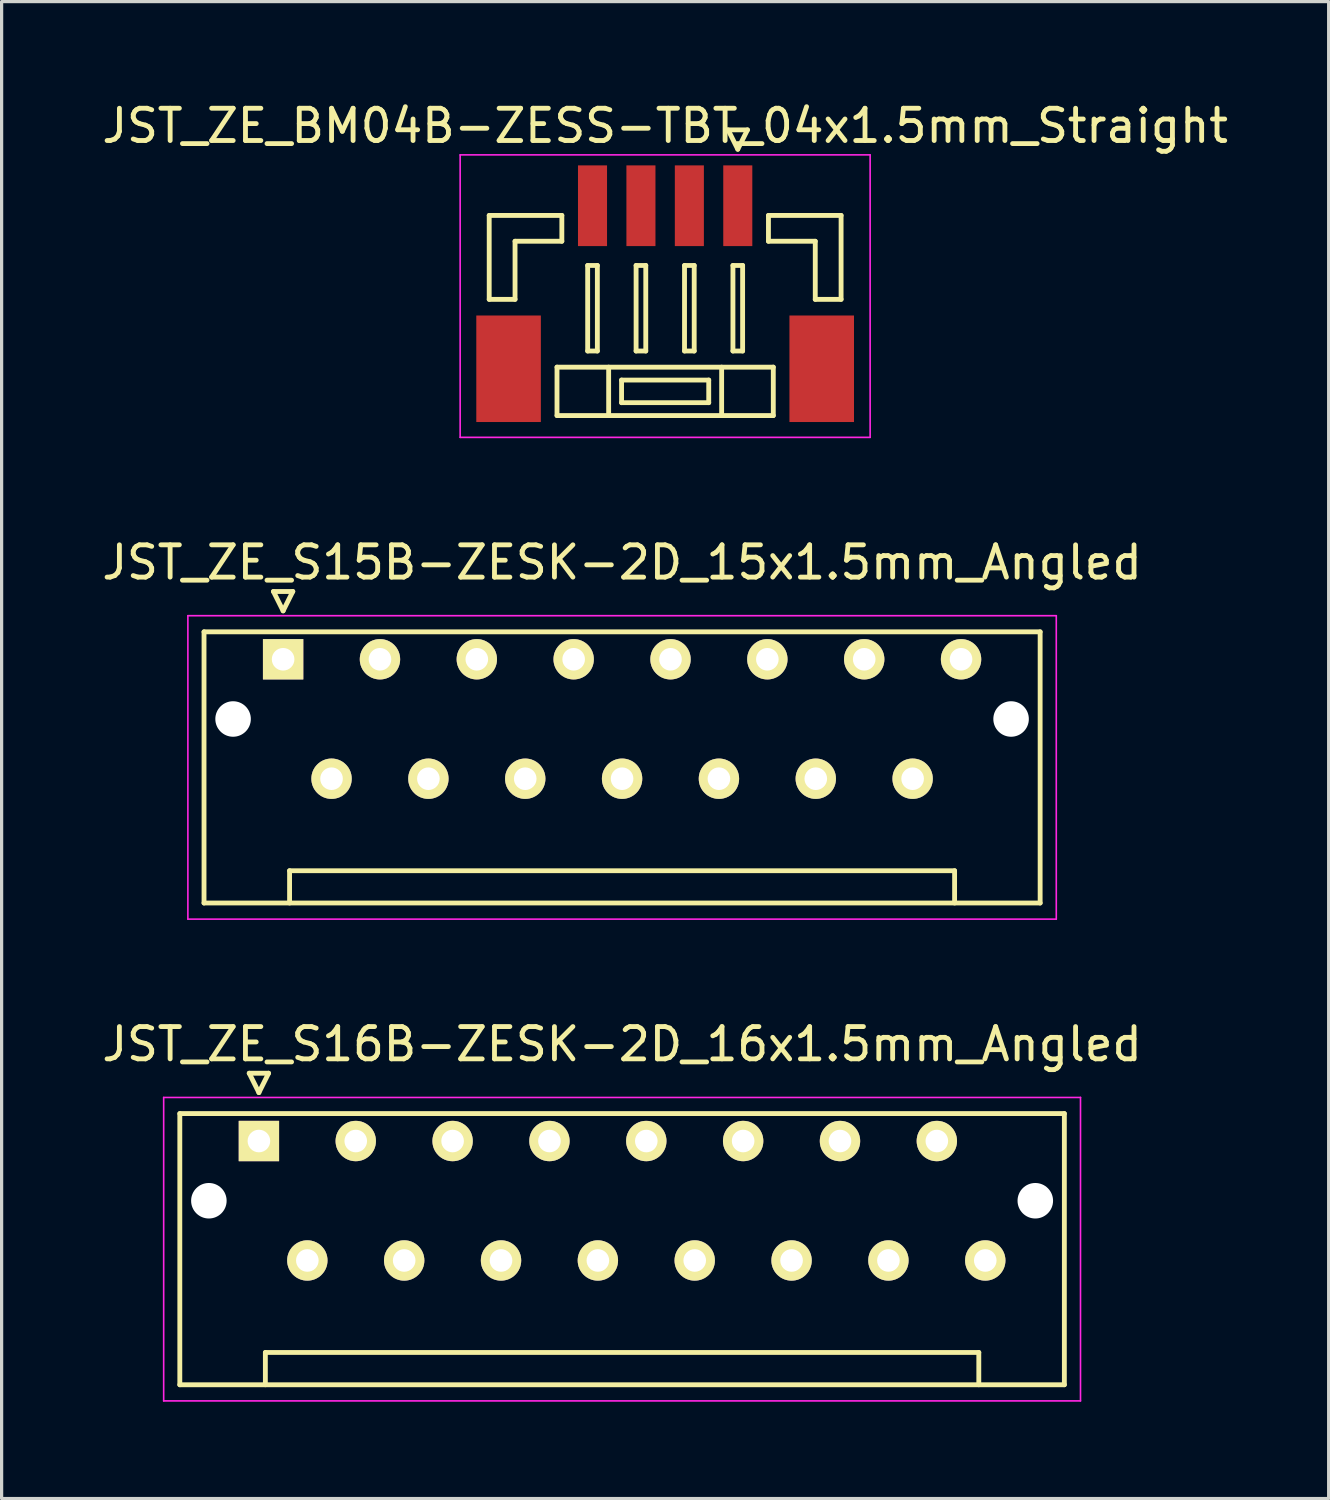
<source format=kicad_pcb>
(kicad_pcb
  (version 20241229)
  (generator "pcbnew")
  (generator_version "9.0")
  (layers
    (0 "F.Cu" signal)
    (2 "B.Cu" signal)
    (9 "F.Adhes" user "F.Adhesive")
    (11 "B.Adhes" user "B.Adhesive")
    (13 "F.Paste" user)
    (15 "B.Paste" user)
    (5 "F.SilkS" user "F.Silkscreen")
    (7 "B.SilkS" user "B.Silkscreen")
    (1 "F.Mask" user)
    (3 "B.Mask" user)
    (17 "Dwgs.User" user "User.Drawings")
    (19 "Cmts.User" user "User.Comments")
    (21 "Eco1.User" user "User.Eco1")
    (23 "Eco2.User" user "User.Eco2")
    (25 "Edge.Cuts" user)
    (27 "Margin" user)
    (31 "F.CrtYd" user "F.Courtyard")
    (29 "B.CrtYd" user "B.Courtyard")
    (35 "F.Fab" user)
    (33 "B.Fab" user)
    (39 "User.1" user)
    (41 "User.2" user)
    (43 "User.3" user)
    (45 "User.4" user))
  (footprint "JST_ZE_S15B-ZESK-2D_15x1.5mm_Angled"
    (layer "F.Cu")
    (at 5.72 17.372)
    (property "Reference" "JST_ZE_S15B-ZESK-2D_15x1.5mm_Angled" (at 10.5 -3 0) (layer "F.SilkS") (effects (font (size 1 1) (thickness 0.15))))
    (attr through_hole)
    (fp_line (start -2.45 -0.85) (end -2.45 7.55) (stroke (width 0.15) (type solid)) (layer "F.SilkS"))
    (fp_line (start -2.45 7.55) (end 23.45 7.55) (stroke (width 0.15) (type solid)) (layer "F.SilkS"))
    (fp_line (start -0.3 -2.1) (end 0.3 -2.1) (stroke (width 0.15) (type solid)) (layer "F.SilkS"))
    (fp_line (start 0 -1.5) (end -0.3 -2.1) (stroke (width 0.15) (type solid)) (layer "F.SilkS"))
    (fp_line (start 0.2 6.55) (end 20.8 6.55) (stroke (width 0.15) (type solid)) (layer "F.SilkS"))
    (fp_line (start 0.2 7.55) (end 0.2 6.55) (stroke (width 0.15) (type solid)) (layer "F.SilkS"))
    (fp_line (start 0.3 -2.1) (end 0 -1.5) (stroke (width 0.15) (type solid)) (layer "F.SilkS"))
    (fp_line (start 20.8 6.55) (end 20.8 7.55) (stroke (width 0.15) (type solid)) (layer "F.SilkS"))
    (fp_line (start 23.45 -0.85) (end -2.45 -0.85) (stroke (width 0.15) (type solid)) (layer "F.SilkS"))
    (fp_line (start 23.45 7.55) (end 23.45 -0.85) (stroke (width 0.15) (type solid)) (layer "F.SilkS"))
    (fp_line (start -2.95 -1.35) (end -2.95 8.05) (stroke (width 0.05) (type solid)) (layer "F.CrtYd"))
    (fp_line (start -2.95 8.05) (end 23.95 8.05) (stroke (width 0.05) (type solid)) (layer "F.CrtYd"))
    (fp_line (start 23.95 -1.35) (end -2.95 -1.35) (stroke (width 0.05) (type solid)) (layer "F.CrtYd"))
    (fp_line (start 23.95 8.05) (end 23.95 -1.35) (stroke (width 0.05) (type solid)) (layer "F.CrtYd"))
    (pad "" np_thru_hole circle (at -1.55 1.85) (size 1.1 1.1) (drill 1.1) (layers "*.Cu"))
    (pad "" np_thru_hole circle (at 22.55 1.85) (size 1.1 1.1) (drill 1.1) (layers "*.Cu"))
    (pad "1" thru_hole rect (at 0 0) (size 1.25 1.25) (drill 0.7) (layers "*.Cu" "*.Mask" "F.SilkS"))
    (pad "2" thru_hole circle (at 1.5 3.7) (size 1.25 1.25) (drill 0.7) (layers "*.Cu" "*.Mask" "F.SilkS"))
    (pad "3" thru_hole circle (at 3 0) (size 1.25 1.25) (drill 0.7) (layers "*.Cu" "*.Mask" "F.SilkS"))
    (pad "4" thru_hole circle (at 4.5 3.7) (size 1.25 1.25) (drill 0.7) (layers "*.Cu" "*.Mask" "F.SilkS"))
    (pad "5" thru_hole circle (at 6 0) (size 1.25 1.25) (drill 0.7) (layers "*.Cu" "*.Mask" "F.SilkS"))
    (pad "6" thru_hole circle (at 7.5 3.7) (size 1.25 1.25) (drill 0.7) (layers "*.Cu" "*.Mask" "F.SilkS"))
    (pad "7" thru_hole circle (at 9 0) (size 1.25 1.25) (drill 0.7) (layers "*.Cu" "*.Mask" "F.SilkS"))
    (pad "8" thru_hole circle (at 10.5 3.7) (size 1.25 1.25) (drill 0.7) (layers "*.Cu" "*.Mask" "F.SilkS"))
    (pad "9" thru_hole circle (at 12 0) (size 1.25 1.25) (drill 0.7) (layers "*.Cu" "*.Mask" "F.SilkS"))
    (pad "10" thru_hole circle (at 13.5 3.7) (size 1.25 1.25) (drill 0.7) (layers "*.Cu" "*.Mask" "F.SilkS"))
    (pad "11" thru_hole circle (at 15 0) (size 1.25 1.25) (drill 0.7) (layers "*.Cu" "*.Mask" "F.SilkS"))
    (pad "12" thru_hole circle (at 16.5 3.7) (size 1.25 1.25) (drill 0.7) (layers "*.Cu" "*.Mask" "F.SilkS"))
    (pad "13" thru_hole circle (at 18 0) (size 1.25 1.25) (drill 0.7) (layers "*.Cu" "*.Mask" "F.SilkS"))
    (pad "14" thru_hole circle (at 19.5 3.7) (size 1.25 1.25) (drill 0.7) (layers "*.Cu" "*.Mask" "F.SilkS"))
    (pad "15" thru_hole circle (at 21 0) (size 1.25 1.25) (drill 0.7) (layers "*.Cu" "*.Mask" "F.SilkS")))
  (footprint "JST_ZE_BM04B-ZESS-TBT_04x1.5mm_Straight"
    (layer "F.Cu")
    (at 17.554 5.848)
    (property "Reference" "JST_ZE_BM04B-ZESS-TBT_04x1.5mm_Straight" (at 0 -5 0) (layer "F.SilkS") (effects (font (size 1 1) (thickness 0.15))))
    (attr smd)
    (fp_line (start -5.45 -2.225) (end -5.45 0.375) (stroke (width 0.15) (type solid)) (layer "F.SilkS"))
    (fp_line (start -5.45 0.375) (end -4.65 0.375) (stroke (width 0.15) (type solid)) (layer "F.SilkS"))
    (fp_line (start -4.65 -1.425) (end -3.2 -1.425) (stroke (width 0.15) (type solid)) (layer "F.SilkS"))
    (fp_line (start -4.65 0.375) (end -4.65 -1.425) (stroke (width 0.15) (type solid)) (layer "F.SilkS"))
    (fp_line (start -3.35 2.475) (end -3.35 3.975) (stroke (width 0.15) (type solid)) (layer "F.SilkS"))
    (fp_line (start -3.35 3.975) (end 3.35 3.975) (stroke (width 0.15) (type solid)) (layer "F.SilkS"))
    (fp_line (start -3.2 -2.225) (end -5.45 -2.225) (stroke (width 0.15) (type solid)) (layer "F.SilkS"))
    (fp_line (start -3.2 -1.425) (end -3.2 -2.225) (stroke (width 0.15) (type solid)) (layer "F.SilkS"))
    (fp_line (start -2.4 -0.675) (end -2.4 1.975) (stroke (width 0.15) (type solid)) (layer "F.SilkS"))
    (fp_line (start -2.4 1.975) (end -2.1 1.975) (stroke (width 0.15) (type solid)) (layer "F.SilkS"))
    (fp_line (start -2.1 -0.675) (end -2.4 -0.675) (stroke (width 0.15) (type solid)) (layer "F.SilkS"))
    (fp_line (start -2.1 1.975) (end -2.1 -0.675) (stroke (width 0.15) (type solid)) (layer "F.SilkS"))
    (fp_line (start -1.75 2.475) (end -1.75 3.975) (stroke (width 0.15) (type solid)) (layer "F.SilkS"))
    (fp_line (start -1.35 2.875) (end -1.35 3.575) (stroke (width 0.15) (type solid)) (layer "F.SilkS"))
    (fp_line (start -1.35 3.575) (end 1.35 3.575) (stroke (width 0.15) (type solid)) (layer "F.SilkS"))
    (fp_line (start -0.9 -0.675) (end -0.9 1.975) (stroke (width 0.15) (type solid)) (layer "F.SilkS"))
    (fp_line (start -0.9 1.975) (end -0.6 1.975) (stroke (width 0.15) (type solid)) (layer "F.SilkS"))
    (fp_line (start -0.6 -0.675) (end -0.9 -0.675) (stroke (width 0.15) (type solid)) (layer "F.SilkS"))
    (fp_line (start -0.6 1.975) (end -0.6 -0.675) (stroke (width 0.15) (type solid)) (layer "F.SilkS"))
    (fp_line (start 0.6 -0.675) (end 0.6 1.975) (stroke (width 0.15) (type solid)) (layer "F.SilkS"))
    (fp_line (start 0.6 1.975) (end 0.9 1.975) (stroke (width 0.15) (type solid)) (layer "F.SilkS"))
    (fp_line (start 0.9 -0.675) (end 0.6 -0.675) (stroke (width 0.15) (type solid)) (layer "F.SilkS"))
    (fp_line (start 0.9 1.975) (end 0.9 -0.675) (stroke (width 0.15) (type solid)) (layer "F.SilkS"))
    (fp_line (start 1.35 2.875) (end -1.35 2.875) (stroke (width 0.15) (type solid)) (layer "F.SilkS"))
    (fp_line (start 1.35 3.575) (end 1.35 2.875) (stroke (width 0.15) (type solid)) (layer "F.SilkS"))
    (fp_line (start 1.75 2.475) (end 1.75 3.975) (stroke (width 0.15) (type solid)) (layer "F.SilkS"))
    (fp_line (start 1.95 -4.875) (end 2.25 -4.275) (stroke (width 0.15) (type solid)) (layer "F.SilkS"))
    (fp_line (start 2.1 -0.675) (end 2.1 1.975) (stroke (width 0.15) (type solid)) (layer "F.SilkS"))
    (fp_line (start 2.1 1.975) (end 2.4 1.975) (stroke (width 0.15) (type solid)) (layer "F.SilkS"))
    (fp_line (start 2.25 -4.275) (end 2.55 -4.875) (stroke (width 0.15) (type solid)) (layer "F.SilkS"))
    (fp_line (start 2.4 -0.675) (end 2.1 -0.675) (stroke (width 0.15) (type solid)) (layer "F.SilkS"))
    (fp_line (start 2.4 1.975) (end 2.4 -0.675) (stroke (width 0.15) (type solid)) (layer "F.SilkS"))
    (fp_line (start 2.55 -4.875) (end 1.95 -4.875) (stroke (width 0.15) (type solid)) (layer "F.SilkS"))
    (fp_line (start 3.2 -2.225) (end 5.45 -2.225) (stroke (width 0.15) (type solid)) (layer "F.SilkS"))
    (fp_line (start 3.2 -1.425) (end 3.2 -2.225) (stroke (width 0.15) (type solid)) (layer "F.SilkS"))
    (fp_line (start 3.35 2.475) (end -3.35 2.475) (stroke (width 0.15) (type solid)) (layer "F.SilkS"))
    (fp_line (start 3.35 3.975) (end 3.35 2.475) (stroke (width 0.15) (type solid)) (layer "F.SilkS"))
    (fp_line (start 4.65 -1.425) (end 3.2 -1.425) (stroke (width 0.15) (type solid)) (layer "F.SilkS"))
    (fp_line (start 4.65 0.375) (end 4.65 -1.425) (stroke (width 0.15) (type solid)) (layer "F.SilkS"))
    (fp_line (start 5.45 -2.225) (end 5.45 0.375) (stroke (width 0.15) (type solid)) (layer "F.SilkS"))
    (fp_line (start 5.45 0.375) (end 4.65 0.375) (stroke (width 0.15) (type solid)) (layer "F.SilkS"))
    (fp_line (start -6.35 -4.1) (end -6.35 4.65) (stroke (width 0.05) (type solid)) (layer "F.CrtYd"))
    (fp_line (start -6.35 4.65) (end 6.35 4.65) (stroke (width 0.05) (type solid)) (layer "F.CrtYd"))
    (fp_line (start 6.35 -4.1) (end -6.35 -4.1) (stroke (width 0.05) (type solid)) (layer "F.CrtYd"))
    (fp_line (start 6.35 4.65) (end 6.35 -4.1) (stroke (width 0.05) (type solid)) (layer "F.CrtYd"))
    (pad "" smd rect (at -4.85 2.525) (size 2 3.3) (layers "F.Cu" "F.Mask" "F.Paste"))
    (pad "" smd rect (at 4.85 2.525) (size 2 3.3) (layers "F.Cu" "F.Mask" "F.Paste"))
    (pad "1" smd rect (at 2.25 -2.525) (size 0.9 2.5) (layers "F.Cu" "F.Mask" "F.Paste"))
    (pad "2" smd rect (at 0.75 -2.525) (size 0.9 2.5) (layers "F.Cu" "F.Mask" "F.Paste"))
    (pad "3" smd rect (at -0.75 -2.525) (size 0.9 2.5) (layers "F.Cu" "F.Mask" "F.Paste"))
    (pad "4" smd rect (at -2.25 -2.525) (size 0.9 2.5) (layers "F.Cu" "F.Mask" "F.Paste")))
  (footprint "JST_ZE_S16B-ZESK-2D_16x1.5mm_Angled"
    (layer "F.Cu")
    (at 4.97 32.295)
    (property "Reference" "JST_ZE_S16B-ZESK-2D_16x1.5mm_Angled" (at 11.25 -3 0) (layer "F.SilkS") (effects (font (size 1 1) (thickness 0.15))))
    (attr through_hole)
    (fp_line (start -2.45 -0.85) (end -2.45 7.55) (stroke (width 0.15) (type solid)) (layer "F.SilkS"))
    (fp_line (start -2.45 7.55) (end 24.95 7.55) (stroke (width 0.15) (type solid)) (layer "F.SilkS"))
    (fp_line (start -0.3 -2.1) (end 0.3 -2.1) (stroke (width 0.15) (type solid)) (layer "F.SilkS"))
    (fp_line (start 0 -1.5) (end -0.3 -2.1) (stroke (width 0.15) (type solid)) (layer "F.SilkS"))
    (fp_line (start 0.2 6.55) (end 22.3 6.55) (stroke (width 0.15) (type solid)) (layer "F.SilkS"))
    (fp_line (start 0.2 7.55) (end 0.2 6.55) (stroke (width 0.15) (type solid)) (layer "F.SilkS"))
    (fp_line (start 0.3 -2.1) (end 0 -1.5) (stroke (width 0.15) (type solid)) (layer "F.SilkS"))
    (fp_line (start 22.3 6.55) (end 22.3 7.55) (stroke (width 0.15) (type solid)) (layer "F.SilkS"))
    (fp_line (start 24.95 -0.85) (end -2.45 -0.85) (stroke (width 0.15) (type solid)) (layer "F.SilkS"))
    (fp_line (start 24.95 7.55) (end 24.95 -0.85) (stroke (width 0.15) (type solid)) (layer "F.SilkS"))
    (fp_line (start -2.95 -1.35) (end -2.95 8.05) (stroke (width 0.05) (type solid)) (layer "F.CrtYd"))
    (fp_line (start -2.95 8.05) (end 25.45 8.05) (stroke (width 0.05) (type solid)) (layer "F.CrtYd"))
    (fp_line (start 25.45 -1.35) (end -2.95 -1.35) (stroke (width 0.05) (type solid)) (layer "F.CrtYd"))
    (fp_line (start 25.45 8.05) (end 25.45 -1.35) (stroke (width 0.05) (type solid)) (layer "F.CrtYd"))
    (pad "" np_thru_hole circle (at -1.55 1.85) (size 1.1 1.1) (drill 1.1) (layers "*.Cu"))
    (pad "" np_thru_hole circle (at 24.05 1.85) (size 1.1 1.1) (drill 1.1) (layers "*.Cu"))
    (pad "1" thru_hole rect (at 0 0) (size 1.25 1.25) (drill 0.7) (layers "*.Cu" "*.Mask" "F.SilkS"))
    (pad "2" thru_hole circle (at 1.5 3.7) (size 1.25 1.25) (drill 0.7) (layers "*.Cu" "*.Mask" "F.SilkS"))
    (pad "3" thru_hole circle (at 3 0) (size 1.25 1.25) (drill 0.7) (layers "*.Cu" "*.Mask" "F.SilkS"))
    (pad "4" thru_hole circle (at 4.5 3.7) (size 1.25 1.25) (drill 0.7) (layers "*.Cu" "*.Mask" "F.SilkS"))
    (pad "5" thru_hole circle (at 6 0) (size 1.25 1.25) (drill 0.7) (layers "*.Cu" "*.Mask" "F.SilkS"))
    (pad "6" thru_hole circle (at 7.5 3.7) (size 1.25 1.25) (drill 0.7) (layers "*.Cu" "*.Mask" "F.SilkS"))
    (pad "7" thru_hole circle (at 9 0) (size 1.25 1.25) (drill 0.7) (layers "*.Cu" "*.Mask" "F.SilkS"))
    (pad "8" thru_hole circle (at 10.5 3.7) (size 1.25 1.25) (drill 0.7) (layers "*.Cu" "*.Mask" "F.SilkS"))
    (pad "9" thru_hole circle (at 12 0) (size 1.25 1.25) (drill 0.7) (layers "*.Cu" "*.Mask" "F.SilkS"))
    (pad "10" thru_hole circle (at 13.5 3.7) (size 1.25 1.25) (drill 0.7) (layers "*.Cu" "*.Mask" "F.SilkS"))
    (pad "11" thru_hole circle (at 15 0) (size 1.25 1.25) (drill 0.7) (layers "*.Cu" "*.Mask" "F.SilkS"))
    (pad "12" thru_hole circle (at 16.5 3.7) (size 1.25 1.25) (drill 0.7) (layers "*.Cu" "*.Mask" "F.SilkS"))
    (pad "13" thru_hole circle (at 18 0) (size 1.25 1.25) (drill 0.7) (layers "*.Cu" "*.Mask" "F.SilkS"))
    (pad "14" thru_hole circle (at 19.5 3.7) (size 1.25 1.25) (drill 0.7) (layers "*.Cu" "*.Mask" "F.SilkS"))
    (pad "15" thru_hole circle (at 21 0) (size 1.25 1.25) (drill 0.7) (layers "*.Cu" "*.Mask" "F.SilkS"))
    (pad "16" thru_hole circle (at 22.5 3.7) (size 1.25 1.25) (drill 0.7) (layers "*.Cu" "*.Mask" "F.SilkS")))
  (gr_rect
    (start -3 -3)
    (end 38.107 43.37)
    (stroke (width 0.1) (type default))
    (fill no)
    (layer "Edge.Cuts")))
</source>
